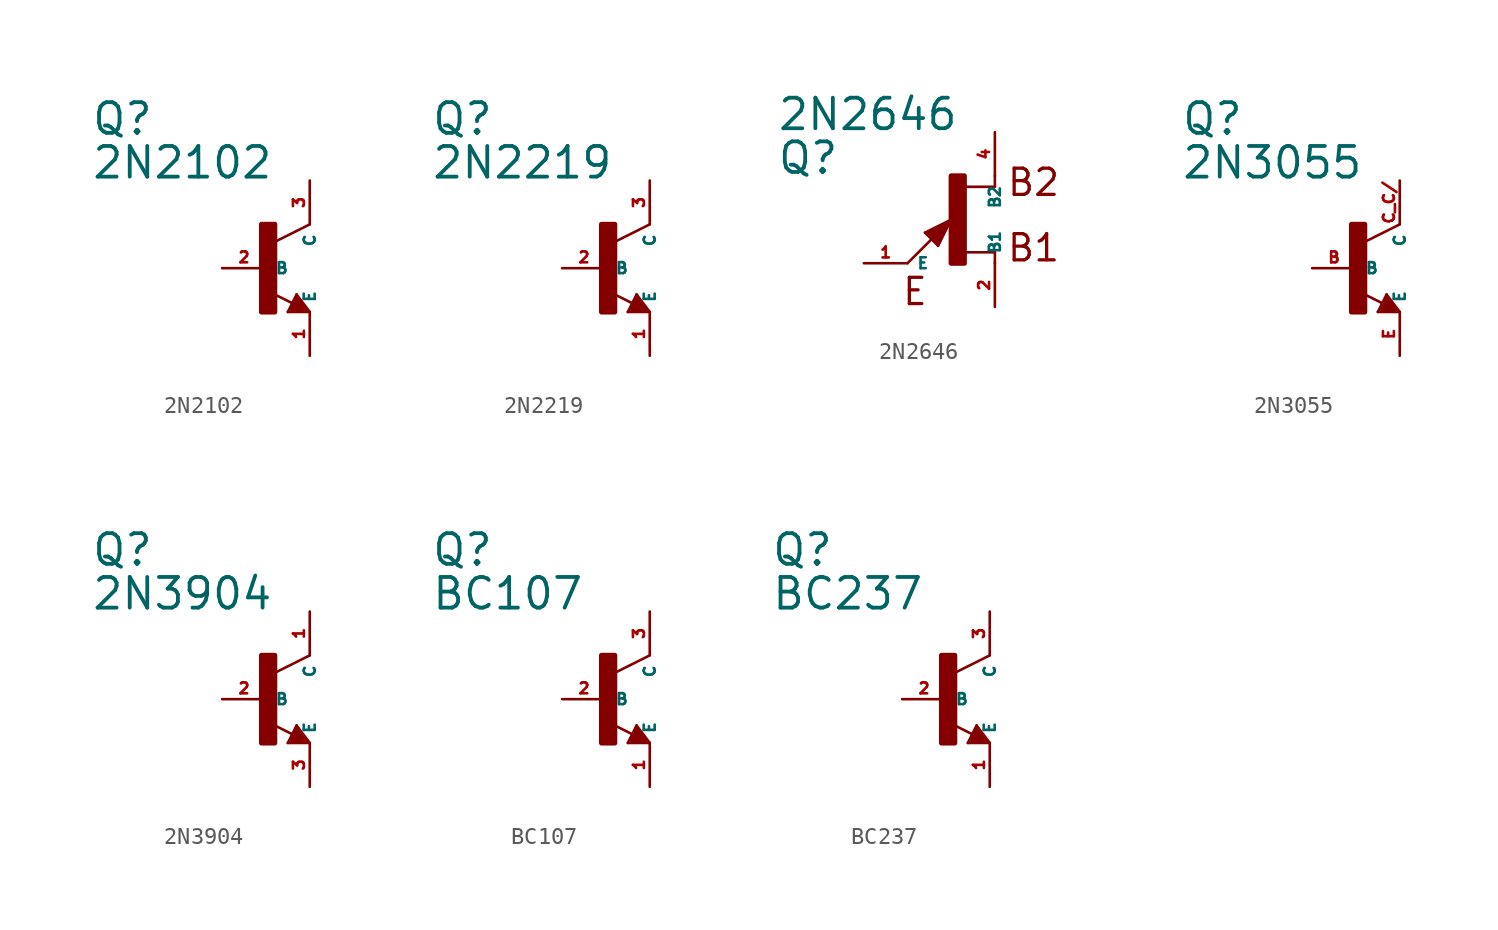
<source format=kicad_sym>
(kicad_symbol_lib
  (version 20220914)
  (generator Eagle2Kicad)
  (symbol "2N2102"
    (property "Reference" "Q"
      (at -10.16 7.62 0)
      (effects (font (size 1.778 1.778) (thickness 0.22)) (justify left bottom)))
    (property "Value" "2N2102"
      (at -10.16 5.08 0)
      (effects (font (size 1.778 1.778) (thickness 0.22)) (justify left bottom)))
    (polyline
      (pts (xy 2.54 2.54) (xy 0.508 1.524))
      (stroke (width 0.152) (type default))
      (fill (type none)))
    (polyline
      (pts (xy 1.778 -1.524) (xy 2.54 -2.54))
      (stroke (width 0.152) (type default))
      (fill (type none)))
    (polyline
      (pts (xy 2.54 -2.54) (xy 1.27 -2.54))
      (stroke (width 0.152) (type default))
      (fill (type none)))
    (polyline
      (pts (xy 1.27 -2.54) (xy 1.778 -1.524))
      (stroke (width 0.152) (type default))
      (fill (type none)))
    (polyline
      (pts (xy 1.54 -2.04) (xy 0.308 -1.424))
      (stroke (width 0.152) (type default))
      (fill (type none)))
    (polyline
      (pts (xy 1.524 -2.413) (xy 2.286 -2.413))
      (stroke (width 0.254) (type default))
      (fill (type none)))
    (polyline
      (pts (xy 2.286 -2.413) (xy 1.778 -1.778))
      (stroke (width 0.254) (type default))
      (fill (type none)))
    (polyline
      (pts (xy 1.778 -1.778) (xy 1.524 -2.286))
      (stroke (width 0.254) (type default))
      (fill (type none)))
    (polyline
      (pts (xy 1.524 -2.286) (xy 1.905 -2.286))
      (stroke (width 0.254) (type default))
      (fill (type none)))
    (polyline
      (pts (xy 1.905 -2.286) (xy 1.778 -2.032))
      (stroke (width 0.254) (type default))
      (fill (type none)))
    (rectangle
      (start -0.254 -2.54)
      (end 0.508 2.54)
      (stroke (width 0.3) (type default))
      (fill (type outline)))
    (pin passive line
      (at -2.54 0 0)
      (length 2.54)
      (name "B" (effects (font (size 0.635 0.635) (thickness 0.08)) (justify left bottom)))
      (number "2" (effects (font (size 0.635 0.635) (thickness 0.08)) (justify left bottom))))
    (pin passive line
      (at 2.54 -5.08 90)
      (length 2.54)
      (name "E" (effects (font (size 0.635 0.635) (thickness 0.08)) (justify left bottom)))
      (number "1" (effects (font (size 0.635 0.635) (thickness 0.08)) (justify left bottom))))
    (pin passive line
      (at 2.54 5.08 270)
      (length 2.54)
      (name "C" (effects (font (size 0.635 0.635) (thickness 0.08)) (justify left bottom)))
      (number "3" (effects (font (size 0.635 0.635) (thickness 0.08)) (justify left bottom)))))
  (symbol "2N2219"
    (property "Reference" "Q"
      (at -10.16 7.62 0)
      (effects (font (size 1.778 1.778) (thickness 0.22)) (justify left bottom)))
    (property "Value" "2N2219"
      (at -10.16 5.08 0)
      (effects (font (size 1.778 1.778) (thickness 0.22)) (justify left bottom)))
    (polyline
      (pts (xy 2.54 2.54) (xy 0.508 1.524))
      (stroke (width 0.152) (type default))
      (fill (type none)))
    (polyline
      (pts (xy 1.778 -1.524) (xy 2.54 -2.54))
      (stroke (width 0.152) (type default))
      (fill (type none)))
    (polyline
      (pts (xy 2.54 -2.54) (xy 1.27 -2.54))
      (stroke (width 0.152) (type default))
      (fill (type none)))
    (polyline
      (pts (xy 1.27 -2.54) (xy 1.778 -1.524))
      (stroke (width 0.152) (type default))
      (fill (type none)))
    (polyline
      (pts (xy 1.54 -2.04) (xy 0.308 -1.424))
      (stroke (width 0.152) (type default))
      (fill (type none)))
    (polyline
      (pts (xy 1.524 -2.413) (xy 2.286 -2.413))
      (stroke (width 0.254) (type default))
      (fill (type none)))
    (polyline
      (pts (xy 2.286 -2.413) (xy 1.778 -1.778))
      (stroke (width 0.254) (type default))
      (fill (type none)))
    (polyline
      (pts (xy 1.778 -1.778) (xy 1.524 -2.286))
      (stroke (width 0.254) (type default))
      (fill (type none)))
    (polyline
      (pts (xy 1.524 -2.286) (xy 1.905 -2.286))
      (stroke (width 0.254) (type default))
      (fill (type none)))
    (polyline
      (pts (xy 1.905 -2.286) (xy 1.778 -2.032))
      (stroke (width 0.254) (type default))
      (fill (type none)))
    (rectangle
      (start -0.254 -2.54)
      (end 0.508 2.54)
      (stroke (width 0.3) (type default))
      (fill (type outline)))
    (pin passive line
      (at -2.54 0 0)
      (length 2.54)
      (name "B" (effects (font (size 0.635 0.635) (thickness 0.08)) (justify left bottom)))
      (number "2" (effects (font (size 0.635 0.635) (thickness 0.08)) (justify left bottom))))
    (pin passive line
      (at 2.54 -5.08 90)
      (length 2.54)
      (name "E" (effects (font (size 0.635 0.635) (thickness 0.08)) (justify left bottom)))
      (number "1" (effects (font (size 0.635 0.635) (thickness 0.08)) (justify left bottom))))
    (pin passive line
      (at 2.54 5.08 270)
      (length 2.54)
      (name "C" (effects (font (size 0.635 0.635) (thickness 0.08)) (justify left bottom)))
      (number "3" (effects (font (size 0.635 0.635) (thickness 0.08)) (justify left bottom)))))
  (symbol "2N2646"
    (property "Reference" "Q"
      (at -10.16 2.54 0)
      (effects (font (size 1.778 1.778) (thickness 0.22)) (justify left bottom)))
    (property "Value" "2N2646"
      (at -10.16 5.08 0)
      (effects (font (size 1.778 1.778) (thickness 0.22)) (justify left bottom)))
    (polyline
      (pts (xy 2.54 1.905) (xy 0.787 1.905))
      (stroke (width 0.152) (type default))
      (fill (type none)))
    (polyline
      (pts (xy 2.54 -1.905) (xy 0.787 -1.905))
      (stroke (width 0.152) (type default))
      (fill (type none)))
    (polyline
      (pts (xy 2.54 -2.54) (xy 2.54 -1.905))
      (stroke (width 0.152) (type default))
      (fill (type none)))
    (polyline
      (pts (xy 2.54 2.54) (xy 2.54 1.905))
      (stroke (width 0.152) (type default))
      (fill (type none)))
    (polyline
      (pts (xy -0.762 -1.524) (xy -1.524 -0.762))
      (stroke (width 0.152) (type default))
      (fill (type none)))
    (polyline
      (pts (xy 0 0) (xy -0.762 -1.524))
      (stroke (width 0.152) (type default))
      (fill (type none)))
    (polyline
      (pts (xy -1.524 -0.762) (xy 0 0))
      (stroke (width 0.152) (type default))
      (fill (type none)))
    (polyline
      (pts (xy -2.54 -2.54) (xy -0.381 -0.381))
      (stroke (width 0.152) (type default))
      (fill (type none)))
    (polyline
      (pts (xy -0.381 -0.381) (xy 0 0))
      (stroke (width 0.152) (type default))
      (fill (type none)))
    (polyline
      (pts (xy -1.27 -0.762) (xy -0.762 -1.27))
      (stroke (width 0.254) (type default))
      (fill (type none)))
    (polyline
      (pts (xy -0.762 -1.27) (xy -0.381 -0.381))
      (stroke (width 0.254) (type default))
      (fill (type none)))
    (polyline
      (pts (xy -0.381 -0.381) (xy -1.143 -0.762))
      (stroke (width 0.254) (type default))
      (fill (type none)))
    (polyline
      (pts (xy -1.143 -0.762) (xy -0.762 -1.016))
      (stroke (width 0.254) (type default))
      (fill (type none)))
    (polyline
      (pts (xy -0.762 -1.016) (xy -0.762 -0.635))
      (stroke (width 0.254) (type default))
      (fill (type none)))
    (text "B2"
      (at 3.175 1.27 0)
      (effects (font (size 1.524 1.524) (thickness 0.19)) (justify left bottom)))
    (text "B1"
      (at 3.175 -2.54 0)
      (effects (font (size 1.524 1.524) (thickness 0.19)) (justify left bottom)))
    (text "E"
      (at -2.921 -5.08 0)
      (effects (font (size 1.524 1.524) (thickness 0.19)) (justify left bottom)))
    (rectangle
      (start 0 -2.54)
      (end 0.762 2.54)
      (stroke (width 0.3) (type default))
      (fill (type outline)))
    (pin passive line
      (at -5.08 -2.54 0)
      (length 2.54)
      (name "E" (effects (font (size 0.635 0.635) (thickness 0.08)) (justify left bottom)))
      (number "1" (effects (font (size 0.635 0.635) (thickness 0.08)) (justify left bottom))))
    (pin passive line
      (at 2.54 -5.08 90)
      (length 2.54)
      (name "B1" (effects (font (size 0.635 0.635) (thickness 0.08)) (justify left bottom)))
      (number "2" (effects (font (size 0.635 0.635) (thickness 0.08)) (justify left bottom))))
    (pin passive line
      (at 2.54 5.08 270)
      (length 2.54)
      (name "B2" (effects (font (size 0.635 0.635) (thickness 0.08)) (justify left bottom)))
      (number "4" (effects (font (size 0.635 0.635) (thickness 0.08)) (justify left bottom)))))
  (symbol "2N3055"
    (property "Reference" "Q"
      (at -10.16 7.62 0)
      (effects (font (size 1.778 1.778) (thickness 0.22)) (justify left bottom)))
    (property "Value" "2N3055"
      (at -10.16 5.08 0)
      (effects (font (size 1.778 1.778) (thickness 0.22)) (justify left bottom)))
    (polyline
      (pts (xy 2.54 2.54) (xy 0.508 1.524))
      (stroke (width 0.152) (type default))
      (fill (type none)))
    (polyline
      (pts (xy 1.778 -1.524) (xy 2.54 -2.54))
      (stroke (width 0.152) (type default))
      (fill (type none)))
    (polyline
      (pts (xy 2.54 -2.54) (xy 1.27 -2.54))
      (stroke (width 0.152) (type default))
      (fill (type none)))
    (polyline
      (pts (xy 1.27 -2.54) (xy 1.778 -1.524))
      (stroke (width 0.152) (type default))
      (fill (type none)))
    (polyline
      (pts (xy 1.54 -2.04) (xy 0.308 -1.424))
      (stroke (width 0.152) (type default))
      (fill (type none)))
    (polyline
      (pts (xy 1.524 -2.413) (xy 2.286 -2.413))
      (stroke (width 0.254) (type default))
      (fill (type none)))
    (polyline
      (pts (xy 2.286 -2.413) (xy 1.778 -1.778))
      (stroke (width 0.254) (type default))
      (fill (type none)))
    (polyline
      (pts (xy 1.778 -1.778) (xy 1.524 -2.286))
      (stroke (width 0.254) (type default))
      (fill (type none)))
    (polyline
      (pts (xy 1.524 -2.286) (xy 1.905 -2.286))
      (stroke (width 0.254) (type default))
      (fill (type none)))
    (polyline
      (pts (xy 1.905 -2.286) (xy 1.778 -2.032))
      (stroke (width 0.254) (type default))
      (fill (type none)))
    (rectangle
      (start -0.254 -2.54)
      (end 0.508 2.54)
      (stroke (width 0.3) (type default))
      (fill (type outline)))
    (pin passive line
      (at -2.54 0 0)
      (length 2.54)
      (name "B" (effects (font (size 0.635 0.635) (thickness 0.08)) (justify left bottom)))
      (number "B" (effects (font (size 0.635 0.635) (thickness 0.08)) (justify left bottom))))
    (pin passive line
      (at 2.54 -5.08 90)
      (length 2.54)
      (name "E" (effects (font (size 0.635 0.635) (thickness 0.08)) (justify left bottom)))
      (number "E" (effects (font (size 0.635 0.635) (thickness 0.08)) (justify left bottom))))
    (pin passive line
      (at 2.54 5.08 270)
      (length 2.54)
      (name "C" (effects (font (size 0.635 0.635) (thickness 0.08)) (justify left bottom)))
      (number "C C/" (effects (font (size 0.635 0.635) (thickness 0.08)) (justify left bottom)))))
  (symbol "2N3904"
    (property "Reference" "Q"
      (at -10.16 7.62 0)
      (effects (font (size 1.778 1.778) (thickness 0.22)) (justify left bottom)))
    (property "Value" "2N3904"
      (at -10.16 5.08 0)
      (effects (font (size 1.778 1.778) (thickness 0.22)) (justify left bottom)))
    (polyline
      (pts (xy 2.54 2.54) (xy 0.508 1.524))
      (stroke (width 0.152) (type default))
      (fill (type none)))
    (polyline
      (pts (xy 1.778 -1.524) (xy 2.54 -2.54))
      (stroke (width 0.152) (type default))
      (fill (type none)))
    (polyline
      (pts (xy 2.54 -2.54) (xy 1.27 -2.54))
      (stroke (width 0.152) (type default))
      (fill (type none)))
    (polyline
      (pts (xy 1.27 -2.54) (xy 1.778 -1.524))
      (stroke (width 0.152) (type default))
      (fill (type none)))
    (polyline
      (pts (xy 1.54 -2.04) (xy 0.308 -1.424))
      (stroke (width 0.152) (type default))
      (fill (type none)))
    (polyline
      (pts (xy 1.524 -2.413) (xy 2.286 -2.413))
      (stroke (width 0.254) (type default))
      (fill (type none)))
    (polyline
      (pts (xy 2.286 -2.413) (xy 1.778 -1.778))
      (stroke (width 0.254) (type default))
      (fill (type none)))
    (polyline
      (pts (xy 1.778 -1.778) (xy 1.524 -2.286))
      (stroke (width 0.254) (type default))
      (fill (type none)))
    (polyline
      (pts (xy 1.524 -2.286) (xy 1.905 -2.286))
      (stroke (width 0.254) (type default))
      (fill (type none)))
    (polyline
      (pts (xy 1.905 -2.286) (xy 1.778 -2.032))
      (stroke (width 0.254) (type default))
      (fill (type none)))
    (rectangle
      (start -0.254 -2.54)
      (end 0.508 2.54)
      (stroke (width 0.3) (type default))
      (fill (type outline)))
    (pin passive line
      (at -2.54 0 0)
      (length 2.54)
      (name "B" (effects (font (size 0.635 0.635) (thickness 0.08)) (justify left bottom)))
      (number "2" (effects (font (size 0.635 0.635) (thickness 0.08)) (justify left bottom))))
    (pin passive line
      (at 2.54 -5.08 90)
      (length 2.54)
      (name "E" (effects (font (size 0.635 0.635) (thickness 0.08)) (justify left bottom)))
      (number "3" (effects (font (size 0.635 0.635) (thickness 0.08)) (justify left bottom))))
    (pin passive line
      (at 2.54 5.08 270)
      (length 2.54)
      (name "C" (effects (font (size 0.635 0.635) (thickness 0.08)) (justify left bottom)))
      (number "1" (effects (font (size 0.635 0.635) (thickness 0.08)) (justify left bottom)))))
  (symbol "BC107"
    (property "Reference" "Q"
      (at -10.16 7.62 0)
      (effects (font (size 1.778 1.778) (thickness 0.22)) (justify left bottom)))
    (property "Value" "BC107"
      (at -10.16 5.08 0)
      (effects (font (size 1.778 1.778) (thickness 0.22)) (justify left bottom)))
    (polyline
      (pts (xy 2.54 2.54) (xy 0.508 1.524))
      (stroke (width 0.152) (type default))
      (fill (type none)))
    (polyline
      (pts (xy 1.778 -1.524) (xy 2.54 -2.54))
      (stroke (width 0.152) (type default))
      (fill (type none)))
    (polyline
      (pts (xy 2.54 -2.54) (xy 1.27 -2.54))
      (stroke (width 0.152) (type default))
      (fill (type none)))
    (polyline
      (pts (xy 1.27 -2.54) (xy 1.778 -1.524))
      (stroke (width 0.152) (type default))
      (fill (type none)))
    (polyline
      (pts (xy 1.54 -2.04) (xy 0.308 -1.424))
      (stroke (width 0.152) (type default))
      (fill (type none)))
    (polyline
      (pts (xy 1.524 -2.413) (xy 2.286 -2.413))
      (stroke (width 0.254) (type default))
      (fill (type none)))
    (polyline
      (pts (xy 2.286 -2.413) (xy 1.778 -1.778))
      (stroke (width 0.254) (type default))
      (fill (type none)))
    (polyline
      (pts (xy 1.778 -1.778) (xy 1.524 -2.286))
      (stroke (width 0.254) (type default))
      (fill (type none)))
    (polyline
      (pts (xy 1.524 -2.286) (xy 1.905 -2.286))
      (stroke (width 0.254) (type default))
      (fill (type none)))
    (polyline
      (pts (xy 1.905 -2.286) (xy 1.778 -2.032))
      (stroke (width 0.254) (type default))
      (fill (type none)))
    (rectangle
      (start -0.254 -2.54)
      (end 0.508 2.54)
      (stroke (width 0.3) (type default))
      (fill (type outline)))
    (pin passive line
      (at -2.54 0 0)
      (length 2.54)
      (name "B" (effects (font (size 0.635 0.635) (thickness 0.08)) (justify left bottom)))
      (number "2" (effects (font (size 0.635 0.635) (thickness 0.08)) (justify left bottom))))
    (pin passive line
      (at 2.54 -5.08 90)
      (length 2.54)
      (name "E" (effects (font (size 0.635 0.635) (thickness 0.08)) (justify left bottom)))
      (number "1" (effects (font (size 0.635 0.635) (thickness 0.08)) (justify left bottom))))
    (pin passive line
      (at 2.54 5.08 270)
      (length 2.54)
      (name "C" (effects (font (size 0.635 0.635) (thickness 0.08)) (justify left bottom)))
      (number "3" (effects (font (size 0.635 0.635) (thickness 0.08)) (justify left bottom)))))
  (symbol "BC237"
    (property "Reference" "Q"
      (at -10.16 7.62 0)
      (effects (font (size 1.778 1.778) (thickness 0.22)) (justify left bottom)))
    (property "Value" "BC237"
      (at -10.16 5.08 0)
      (effects (font (size 1.778 1.778) (thickness 0.22)) (justify left bottom)))
    (polyline
      (pts (xy 2.54 2.54) (xy 0.508 1.524))
      (stroke (width 0.152) (type default))
      (fill (type none)))
    (polyline
      (pts (xy 1.778 -1.524) (xy 2.54 -2.54))
      (stroke (width 0.152) (type default))
      (fill (type none)))
    (polyline
      (pts (xy 2.54 -2.54) (xy 1.27 -2.54))
      (stroke (width 0.152) (type default))
      (fill (type none)))
    (polyline
      (pts (xy 1.27 -2.54) (xy 1.778 -1.524))
      (stroke (width 0.152) (type default))
      (fill (type none)))
    (polyline
      (pts (xy 1.54 -2.04) (xy 0.308 -1.424))
      (stroke (width 0.152) (type default))
      (fill (type none)))
    (polyline
      (pts (xy 1.524 -2.413) (xy 2.286 -2.413))
      (stroke (width 0.254) (type default))
      (fill (type none)))
    (polyline
      (pts (xy 2.286 -2.413) (xy 1.778 -1.778))
      (stroke (width 0.254) (type default))
      (fill (type none)))
    (polyline
      (pts (xy 1.778 -1.778) (xy 1.524 -2.286))
      (stroke (width 0.254) (type default))
      (fill (type none)))
    (polyline
      (pts (xy 1.524 -2.286) (xy 1.905 -2.286))
      (stroke (width 0.254) (type default))
      (fill (type none)))
    (polyline
      (pts (xy 1.905 -2.286) (xy 1.778 -2.032))
      (stroke (width 0.254) (type default))
      (fill (type none)))
    (rectangle
      (start -0.254 -2.54)
      (end 0.508 2.54)
      (stroke (width 0.3) (type default))
      (fill (type outline)))
    (pin passive line
      (at -2.54 0 0)
      (length 2.54)
      (name "B" (effects (font (size 0.635 0.635) (thickness 0.08)) (justify left bottom)))
      (number "2" (effects (font (size 0.635 0.635) (thickness 0.08)) (justify left bottom))))
    (pin passive line
      (at 2.54 -5.08 90)
      (length 2.54)
      (name "E" (effects (font (size 0.635 0.635) (thickness 0.08)) (justify left bottom)))
      (number "1" (effects (font (size 0.635 0.635) (thickness 0.08)) (justify left bottom))))
    (pin passive line
      (at 2.54 5.08 270)
      (length 2.54)
      (name "C" (effects (font (size 0.635 0.635) (thickness 0.08)) (justify left bottom)))
      (number "3" (effects (font (size 0.635 0.635) (thickness 0.08)) (justify left bottom))))))
</source>
